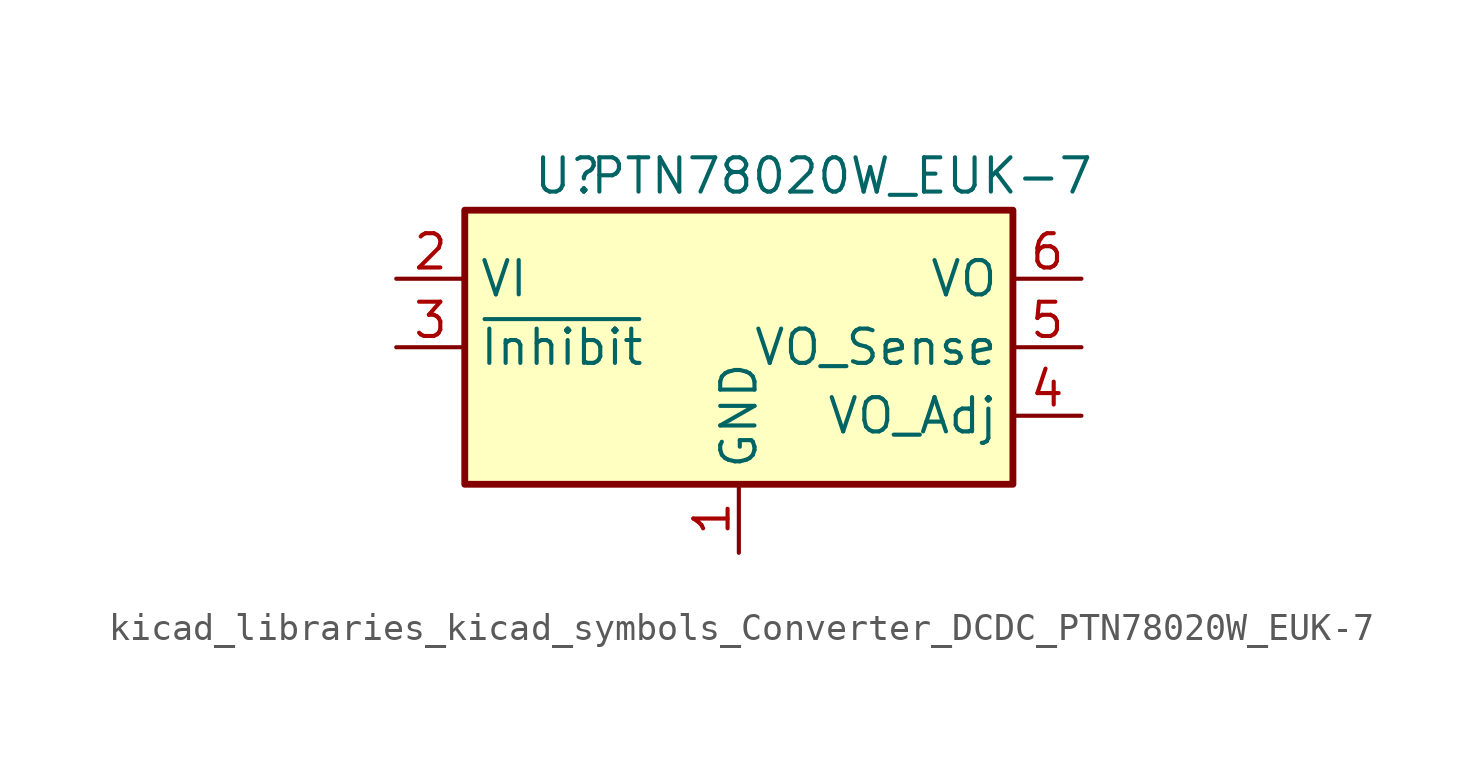
<source format=kicad_sym>
(kicad_symbol_lib
  (version 20220914)
  (generator kicad_symbol_editor)
  (symbol "kicad_libraries_kicad_symbols_Converter_DCDC_PTN78020W_EUK-7"
    (property "Reference" "U"
      (at -6.35 6.35 0)
      (effects (font (size 1.27 1.27))))
    (property "Value" "PTN78020W_EUK-7"
      (at 3.81 6.35 0)
      (effects (font (size 1.27 1.27))))
    (symbol "kicad_libraries_kicad_symbols_Converter_DCDC_PTN78020W_EUK-7_0_1"
      (rectangle (start -10.16 5.08) (end 10.16 -5.08) (stroke (width 0.254) (type default)) (fill (type background))))
    (symbol "kicad_libraries_kicad_symbols_Converter_DCDC_PTN78020W_EUK-7_1_1"
      (pin power_in line (at 0 -7.62 90) (length 2.54) (name "GND" (effects (font (size 1.27 1.27)))) (number "1" (effects (font (size 1.27 1.27)))))
      (pin power_in line (at -12.7 2.54 0) (length 2.54) (name "VI" (effects (font (size 1.27 1.27)))) (number "2" (effects (font (size 1.27 1.27)))))
      (pin input line (at -12.7 0 0) (length 2.54) (name "~{Inhibit}" (effects (font (size 1.27 1.27)))) (number "3" (effects (font (size 1.27 1.27)))))
      (pin input line (at 12.7 -2.54 180) (length 2.54) (name "VO_Adj" (effects (font (size 1.27 1.27)))) (number "4" (effects (font (size 1.27 1.27)))))
      (pin power_out line (at 12.7 0 180) (length 2.54) (name "VO_Sense" (effects (font (size 1.27 1.27)))) (number "5" (effects (font (size 1.27 1.27)))))
      (pin power_out line (at 12.7 2.54 180) (length 2.54) (name "VO" (effects (font (size 1.27 1.27)))) (number "6" (effects (font (size 1.27 1.27)))))
      (pin passive line (at 0 -7.62 90) (length 2.54) hide (name "GND" (effects (font (size 1.27 1.27)))) (number "7" (effects (font (size 1.27 1.27))))))))
</source>
